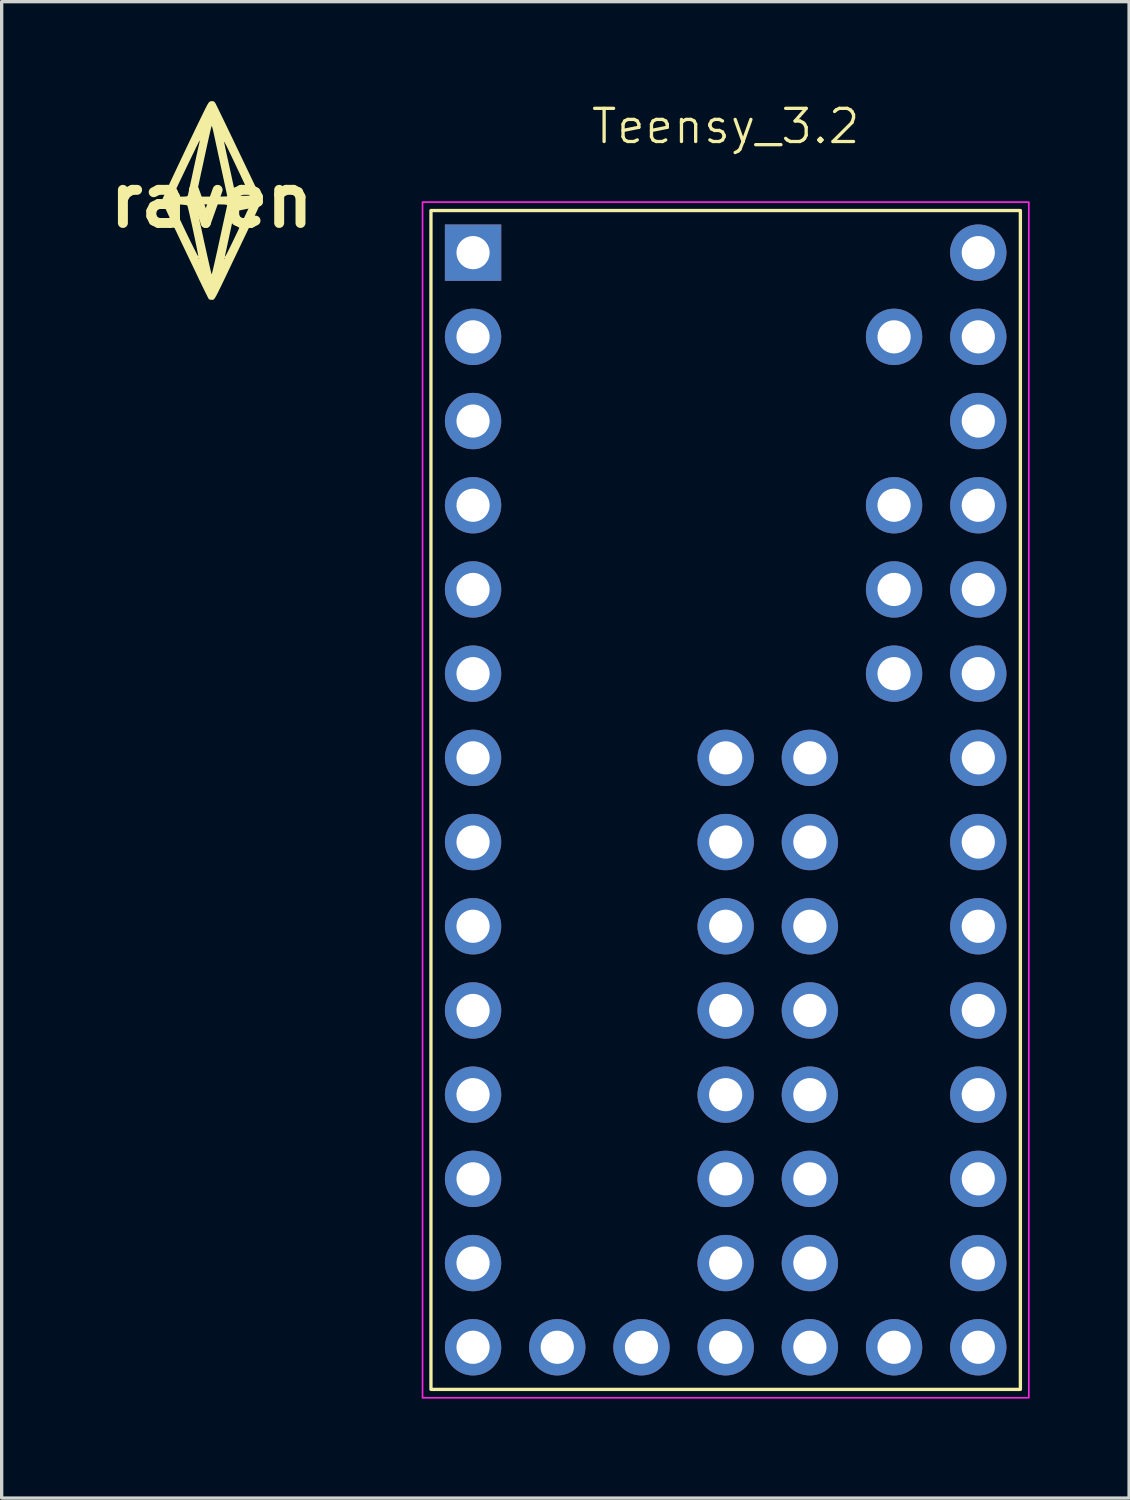
<source format=kicad_pcb>
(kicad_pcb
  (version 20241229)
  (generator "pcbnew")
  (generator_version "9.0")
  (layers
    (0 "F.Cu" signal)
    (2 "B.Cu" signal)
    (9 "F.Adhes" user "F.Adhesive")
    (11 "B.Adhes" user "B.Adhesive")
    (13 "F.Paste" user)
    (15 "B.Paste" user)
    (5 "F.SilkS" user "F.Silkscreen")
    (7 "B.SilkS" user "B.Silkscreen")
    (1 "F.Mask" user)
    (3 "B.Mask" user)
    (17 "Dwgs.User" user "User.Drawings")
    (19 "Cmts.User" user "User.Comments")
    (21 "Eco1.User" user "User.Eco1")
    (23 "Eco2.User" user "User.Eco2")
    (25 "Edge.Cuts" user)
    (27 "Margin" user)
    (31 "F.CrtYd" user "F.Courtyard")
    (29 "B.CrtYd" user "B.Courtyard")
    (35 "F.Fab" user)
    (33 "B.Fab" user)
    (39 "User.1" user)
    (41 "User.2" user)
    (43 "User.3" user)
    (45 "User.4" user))
  (footprint "Teensy_3.2"
    (layer "F.Cu")
    (at 18.84 4.571)
    (property "Reference" "Teensy_3.2" (at 0 -3.81 0) (unlocked yes) (layer "F.SilkS") (effects (font (size 1 1) (thickness 0.1))))
    (attr smd)
    (fp_rect (start -8.89 -1.27) (end 8.89 34.29) (stroke (width 0.1) (type default)) (fill no) (layer "F.SilkS"))
    (fp_rect (start -9.144 -1.524) (end 9.144 34.544) (stroke (width 0.05) (type default)) (fill no) (layer "F.CrtYd"))
    (pad "1" thru_hole rect (at -7.62 0) (size 1.7 1.7) (drill 1) (layers "*.Cu" "*.Mask"))
    (pad "2" thru_hole oval (at -7.62 2.54) (size 1.7 1.7) (drill 1) (layers "*.Cu" "*.Mask"))
    (pad "3" thru_hole oval (at -7.62 5.08) (size 1.7 1.7) (drill 1) (layers "*.Cu" "*.Mask"))
    (pad "4" thru_hole oval (at -7.62 7.62) (size 1.7 1.7) (drill 1) (layers "*.Cu" "*.Mask"))
    (pad "5" thru_hole oval (at -7.62 10.16) (size 1.7 1.7) (drill 1) (layers "*.Cu" "*.Mask"))
    (pad "6" thru_hole oval (at -7.62 12.7) (size 1.7 1.7) (drill 1) (layers "*.Cu" "*.Mask"))
    (pad "7" thru_hole oval (at -7.62 15.24) (size 1.7 1.7) (drill 1) (layers "*.Cu" "*.Mask"))
    (pad "8" thru_hole oval (at -7.62 17.78) (size 1.7 1.7) (drill 1) (layers "*.Cu" "*.Mask"))
    (pad "9" thru_hole oval (at -7.62 20.32) (size 1.7 1.7) (drill 1) (layers "*.Cu" "*.Mask"))
    (pad "10" thru_hole oval (at -7.62 22.86) (size 1.7 1.7) (drill 1) (layers "*.Cu" "*.Mask"))
    (pad "11" thru_hole oval (at -7.62 25.4) (size 1.7 1.7) (drill 1) (layers "*.Cu" "*.Mask"))
    (pad "12" thru_hole oval (at -7.62 27.94) (size 1.7 1.7) (drill 1) (layers "*.Cu" "*.Mask"))
    (pad "13" thru_hole oval (at -7.62 30.48) (size 1.7 1.7) (drill 1) (layers "*.Cu" "*.Mask"))
    (pad "14" thru_hole oval (at -7.62 33.02) (size 1.7 1.7) (drill 1) (layers "*.Cu" "*.Mask"))
    (pad "15" thru_hole oval (at -5.08 33.02) (size 1.7 1.7) (drill 1) (layers "*.Cu" "*.Mask"))
    (pad "16" thru_hole oval (at -2.54 33.02) (size 1.7 1.7) (drill 1) (layers "*.Cu" "*.Mask"))
    (pad "17" thru_hole oval (at 0 33.02) (size 1.7 1.7) (drill 1) (layers "*.Cu" "*.Mask"))
    (pad "18" thru_hole oval (at 2.54 33.02) (size 1.7 1.7) (drill 1) (layers "*.Cu" "*.Mask"))
    (pad "19" thru_hole oval (at 5.08 33.02) (size 1.7 1.7) (drill 1) (layers "*.Cu" "*.Mask"))
    (pad "20" thru_hole oval (at 7.62 33.02) (size 1.7 1.7) (drill 1) (layers "*.Cu" "*.Mask"))
    (pad "21" thru_hole oval (at 7.62 30.48) (size 1.7 1.7) (drill 1) (layers "*.Cu" "*.Mask"))
    (pad "22" thru_hole oval (at 7.62 27.94) (size 1.7 1.7) (drill 1) (layers "*.Cu" "*.Mask"))
    (pad "23" thru_hole oval (at 7.62 25.4) (size 1.7 1.7) (drill 1) (layers "*.Cu" "*.Mask"))
    (pad "24" thru_hole oval (at 7.62 22.86) (size 1.7 1.7) (drill 1) (layers "*.Cu" "*.Mask"))
    (pad "25" thru_hole oval (at 7.62 20.32) (size 1.7 1.7) (drill 1) (layers "*.Cu" "*.Mask"))
    (pad "26" thru_hole oval (at 7.62 17.78) (size 1.7 1.7) (drill 1) (layers "*.Cu" "*.Mask"))
    (pad "27" thru_hole oval (at 7.62 15.24) (size 1.7 1.7) (drill 1) (layers "*.Cu" "*.Mask"))
    (pad "28" thru_hole oval (at 7.62 12.7) (size 1.7 1.7) (drill 1) (layers "*.Cu" "*.Mask"))
    (pad "29" thru_hole oval (at 7.62 10.16) (size 1.7 1.7) (drill 1) (layers "*.Cu" "*.Mask"))
    (pad "30" thru_hole oval (at 7.62 7.62) (size 1.7 1.7) (drill 1) (layers "*.Cu" "*.Mask"))
    (pad "31" thru_hole oval (at 7.62 5.08) (size 1.7 1.7) (drill 1) (layers "*.Cu" "*.Mask"))
    (pad "32" thru_hole oval (at 7.62 2.54) (size 1.7 1.7) (drill 1) (layers "*.Cu" "*.Mask"))
    (pad "33" thru_hole circle (at 7.62 0) (size 1.7 1.7) (drill 1) (layers "*.Cu" "*.Mask"))
    (pad "34" thru_hole oval (at 5.08 2.54) (size 1.7 1.7) (drill 1) (layers "*.Cu" "*.Mask"))
    (pad "35" thru_hole oval (at 5.08 7.62) (size 1.7 1.7) (drill 1) (layers "*.Cu" "*.Mask"))
    (pad "36" thru_hole oval (at 5.08 10.16) (size 1.7 1.7) (drill 1) (layers "*.Cu" "*.Mask"))
    (pad "37" thru_hole oval (at 5.08 12.7) (size 1.7 1.7) (drill 1) (layers "*.Cu" "*.Mask"))
    (pad "41" thru_hole oval (at 2.54 15.24) (size 1.7 1.7) (drill 1) (layers "*.Cu" "*.Mask"))
    (pad "42" thru_hole oval (at 2.54 17.78) (size 1.7 1.7) (drill 1) (layers "*.Cu" "*.Mask"))
    (pad "43" thru_hole oval (at 2.54 20.32) (size 1.7 1.7) (drill 1) (layers "*.Cu" "*.Mask"))
    (pad "44" thru_hole oval (at 2.54 22.86) (size 1.7 1.7) (drill 1) (layers "*.Cu" "*.Mask"))
    (pad "45" thru_hole oval (at 2.54 25.4) (size 1.7 1.7) (drill 1) (layers "*.Cu" "*.Mask"))
    (pad "46" thru_hole oval (at 2.54 27.94) (size 1.7 1.7) (drill 1) (layers "*.Cu" "*.Mask"))
    (pad "47" thru_hole oval (at 2.54 30.48) (size 1.7 1.7) (drill 1) (layers "*.Cu" "*.Mask"))
    (pad "48" thru_hole oval (at 0 30.48) (size 1.7 1.7) (drill 1) (layers "*.Cu" "*.Mask"))
    (pad "49" thru_hole oval (at 0 27.94) (size 1.7 1.7) (drill 1) (layers "*.Cu" "*.Mask"))
    (pad "50" thru_hole oval (at 0 25.4) (size 1.7 1.7) (drill 1) (layers "*.Cu" "*.Mask"))
    (pad "51" thru_hole oval (at 0 22.86) (size 1.7 1.7) (drill 1) (layers "*.Cu" "*.Mask"))
    (pad "52" thru_hole oval (at 0 20.32) (size 1.7 1.7) (drill 1) (layers "*.Cu" "*.Mask"))
    (pad "53" thru_hole oval (at 0 17.78) (size 1.7 1.7) (drill 1) (layers "*.Cu" "*.Mask"))
    (pad "54" thru_hole oval (at 0 15.24) (size 1.7 1.7) (drill 1) (layers "*.Cu" "*.Mask")))
  (footprint "raven"
    (layer "F.Cu")
    (at 3.336 2.998)
    (property "Reference" "raven" (at 0 0 0) (layer "F.SilkS") (effects (font (size 1.5 1.5) (thickness 0.3))))
    (attr board_only exclude_from_pos_files exclude_from_bom)
    (fp_poly (pts (xy 0.056 -2.993) (xy 0.097 -2.958) (xy 0.102 -2.951) (xy 0.119 -2.919) (xy 0.154 -2.85) (xy 0.204 -2.747) (xy 0.269 -2.614) (xy 0.346 -2.455) (xy 0.433 -2.275) (xy 0.528 -2.077) (xy 0.629 -1.867) (xy 0.664 -1.794) (xy 0.771 -1.569) (xy 0.878 -1.346) (xy 0.98 -1.131) (xy 1.077 -0.929) (xy 1.164 -0.747) (xy 1.239 -0.589) (xy 1.3 -0.462) (xy 1.344 -0.371) (xy 1.347 -0.364) (xy 1.416 -0.213) (xy 1.463 -0.101) (xy 1.488 -0.023) (xy 1.492 0.023) (xy 1.492 0.023) (xy 1.479 0.061) (xy 1.448 0.134) (xy 1.403 0.235) (xy 1.347 0.357) (xy 1.283 0.492) (xy 1.26 0.539) (xy 1.197 0.671) (xy 1.118 0.835) (xy 1.027 1.025) (xy 0.928 1.232) (xy 0.826 1.446) (xy 0.724 1.659) (xy 0.648 1.818) (xy 0.528 2.07) (xy 0.426 2.284) (xy 0.341 2.461) (xy 0.271 2.607) (xy 0.214 2.723) (xy 0.169 2.813) (xy 0.133 2.881) (xy 0.105 2.929) (xy 0.083 2.962) (xy 0.066 2.981) (xy 0.051 2.991) (xy 0.037 2.995) (xy 0.022 2.997) (xy 0.01 2.997) (xy -0.049 2.993) (xy -0.087 2.974) (xy -0.104 2.945) (xy -0.137 2.88) (xy -0.185 2.784) (xy -0.244 2.664) (xy -0.311 2.525) (xy -0.381 2.381) (xy -0.453 2.228) (xy -0.542 2.042) (xy -0.643 1.832) (xy -0.683 1.747) (xy -0.399 1.747) (xy -0.387 1.759) (xy -0.375 1.747) (xy -0.387 1.736) (xy -0.399 1.747) (xy -0.683 1.747) (xy -0.751 1.606) (xy -0.862 1.373) (xy -0.972 1.143) (xy -1.075 0.926) (xy -1.166 0.735) (xy -1.25 0.556) (xy -1.326 0.394) (xy -1.391 0.254) (xy -1.44 0.145) (xy -1.138 0.145) (xy -1.131 0.173) (xy -1.105 0.238) (xy -1.064 0.336) (xy -1.008 0.46) (xy -0.941 0.607) (xy -0.863 0.772) (xy -0.78 0.945) (xy -0.696 1.119) (xy -0.618 1.278) (xy -0.549 1.417) (xy -0.491 1.531) (xy -0.446 1.617) (xy -0.416 1.669) (xy -0.405 1.683) (xy -0.405 1.683) (xy -0.408 1.654) (xy -0.421 1.584) (xy -0.441 1.48) (xy -0.468 1.347) (xy -0.5 1.191) (xy -0.537 1.018) (xy -0.56 0.908) (xy -0.599 0.727) (xy -0.636 0.562) (xy -0.669 0.416) (xy -0.697 0.297) (xy -0.718 0.209) (xy -0.732 0.158) (xy -0.733 0.155) (xy -0.465 0.155) (xy -0.464 0.158) (xy -0.457 0.189) (xy -0.442 0.261) (xy -0.418 0.369) (xy -0.387 0.508) (xy -0.351 0.674) (xy -0.31 0.861) (xy -0.266 1.065) (xy -0.234 1.214) (xy -0.187 1.424) (xy -0.144 1.62) (xy -0.104 1.797) (xy -0.07 1.949) (xy -0.041 2.073) (xy -0.019 2.164) (xy -0.005 2.216) (xy -0.000206 2.228) (xy 0.007 2.206) (xy 0.023 2.142) (xy 0.047 2.042) (xy 0.078 1.91) (xy 0.114 1.751) (xy 0.115 1.747) (xy 0.375 1.747) (xy 0.387 1.759) (xy 0.399 1.747) (xy 0.387 1.736) (xy 0.375 1.747) (xy 0.115 1.747) (xy 0.128 1.687) (xy 0.399 1.687) (xy 0.402 1.692) (xy 0.414 1.678) (xy 0.436 1.641) (xy 0.469 1.578) (xy 0.515 1.487) (xy 0.575 1.364) (xy 0.652 1.205) (xy 0.746 1.009) (xy 0.794 0.908) (xy 0.876 0.735) (xy 0.952 0.575) (xy 1.019 0.434) (xy 1.074 0.316) (xy 1.116 0.227) (xy 1.142 0.17) (xy 1.149 0.152) (xy 1.128 0.147) (xy 1.069 0.143) (xy 0.985 0.141) (xy 0.938 0.141) (xy 0.845 0.142) (xy 0.773 0.144) (xy 0.732 0.147) (xy 0.727 0.149) (xy 0.722 0.175) (xy 0.709 0.241) (xy 0.687 0.341) (xy 0.66 0.471) (xy 0.627 0.624) (xy 0.59 0.796) (xy 0.55 0.979) (xy 0.509 1.17) (xy 0.493 1.242) (xy 0.464 1.379) (xy 0.438 1.498) (xy 0.417 1.594) (xy 0.404 1.66) (xy 0.399 1.687) (xy 0.399 1.687) (xy 0.128 1.687) (xy 0.155 1.569) (xy 0.199 1.368) (xy 0.233 1.214) (xy 0.279 1.001) (xy 0.322 0.802) (xy 0.362 0.621) (xy 0.396 0.463) (xy 0.425 0.333) (xy 0.447 0.235) (xy 0.46 0.175) (xy 0.464 0.158) (xy 0.464 0.144) (xy 0.454 0.134) (xy 0.428 0.127) (xy 0.378 0.122) (xy 0.301 0.119) (xy 0.19 0.118) (xy 0.038 0.117) (xy 0 0.117) (xy -0.161 0.118) (xy -0.28 0.119) (xy -0.364 0.121) (xy -0.419 0.125) (xy -0.45 0.132) (xy -0.464 0.142) (xy -0.465 0.155) (xy -0.733 0.155) (xy -0.736 0.148) (xy -0.765 0.14) (xy -0.828 0.131) (xy -0.914 0.124) (xy -0.938 0.122) (xy -1.036 0.118) (xy -1.097 0.121) (xy -1.128 0.132) (xy -1.138 0.145) (xy -1.44 0.145) (xy -1.442 0.139) (xy -1.479 0.056) (xy -1.498 0.007) (xy -1.501 -0.002) (xy -1.491 -0.029) (xy -1.463 -0.093) (xy -1.448 -0.127) (xy -1.173 -0.127) (xy -1.151 -0.123) (xy -1.092 -0.119) (xy -1.007 -0.118) (xy -0.95 -0.117) (xy -0.474 -0.117) (xy -0.003 -0.117) (xy 0.14 -0.118) (xy 0.266 -0.119) (xy 0.367 -0.121) (xy 0.437 -0.124) (xy 0.468 -0.127) (xy 0.469 -0.128) (xy 0.464 -0.152) (xy 0.451 -0.217) (xy 0.429 -0.318) (xy 0.401 -0.448) (xy 0.368 -0.604) (xy 0.33 -0.779) (xy 0.292 -0.954) (xy 0.249 -1.156) (xy 0.206 -1.353) (xy 0.166 -1.54) (xy 0.129 -1.708) (xy 0.117 -1.767) (xy 0.376 -1.767) (xy 0.38 -1.736) (xy 0.394 -1.667) (xy 0.414 -1.57) (xy 0.439 -1.453) (xy 0.455 -1.38) (xy 0.49 -1.223) (xy 0.53 -1.04) (xy 0.572 -0.851) (xy 0.61 -0.674) (xy 0.621 -0.622) (xy 0.65 -0.488) (xy 0.676 -0.369) (xy 0.697 -0.272) (xy 0.712 -0.206) (xy 0.719 -0.182) (xy 0.73 -0.162) (xy 0.758 -0.15) (xy 0.812 -0.143) (xy 0.899 -0.141) (xy 0.94 -0.141) (xy 1.032 -0.142) (xy 1.104 -0.146) (xy 1.144 -0.152) (xy 1.149 -0.156) (xy 1.14 -0.18) (xy 1.112 -0.241) (xy 1.07 -0.333) (xy 1.015 -0.451) (xy 0.95 -0.589) (xy 0.878 -0.742) (xy 0.87 -0.76) (xy 0.756 -0.998) (xy 0.662 -1.198) (xy 0.584 -1.361) (xy 0.521 -1.492) (xy 0.472 -1.593) (xy 0.435 -1.668) (xy 0.408 -1.72) (xy 0.391 -1.752) (xy 0.381 -1.768) (xy 0.376 -1.77) (xy 0.376 -1.767) (xy 0.117 -1.767) (xy 0.099 -1.85) (xy 0.075 -1.959) (xy 0.064 -2.011) (xy 0.042 -2.11) (xy 0.022 -2.189) (xy 0.006 -2.239) (xy -0.000373 -2.252) (xy -0.008 -2.229) (xy -0.024 -2.166) (xy -0.048 -2.066) (xy -0.078 -1.934) (xy -0.114 -1.774) (xy -0.154 -1.592) (xy -0.198 -1.391) (xy -0.231 -1.237) (xy -0.277 -1.024) (xy -0.321 -0.824) (xy -0.36 -0.641) (xy -0.394 -0.482) (xy -0.423 -0.35) (xy -0.444 -0.25) (xy -0.458 -0.188) (xy -0.462 -0.17) (xy -0.474 -0.117) (xy -0.95 -0.117) (xy -0.847 -0.118) (xy -0.781 -0.121) (xy -0.743 -0.129) (xy -0.725 -0.144) (xy -0.716 -0.168) (xy -0.716 -0.17) (xy -0.708 -0.205) (xy -0.692 -0.28) (xy -0.668 -0.389) (xy -0.638 -0.527) (xy -0.603 -0.687) (xy -0.565 -0.864) (xy -0.539 -0.985) (xy -0.499 -1.169) (xy -0.462 -1.339) (xy -0.429 -1.489) (xy -0.401 -1.614) (xy -0.379 -1.709) (xy -0.366 -1.767) (xy -0.361 -1.782) (xy -0.359 -1.803) (xy -0.371 -1.794) (xy -0.385 -1.77) (xy -0.416 -1.709) (xy -0.462 -1.617) (xy -0.519 -1.499) (xy -0.586 -1.362) (xy -0.659 -1.21) (xy -0.737 -1.05) (xy -0.815 -0.887) (xy -0.892 -0.726) (xy -0.965 -0.574) (xy -1.031 -0.435) (xy -1.087 -0.315) (xy -1.131 -0.22) (xy -1.161 -0.156) (xy -1.173 -0.127) (xy -1.173 -0.127) (xy -1.448 -0.127) (xy -1.419 -0.191) (xy -1.36 -0.319) (xy -1.289 -0.471) (xy -1.208 -0.645) (xy -1.118 -0.836) (xy -1.022 -1.039) (xy -0.922 -1.251) (xy -0.82 -1.467) (xy -0.718 -1.682) (xy -0.617 -1.893) (xy -0.52 -2.095) (xy -0.429 -2.285) (xy -0.345 -2.457) (xy -0.272 -2.608) (xy -0.21 -2.733) (xy -0.205 -2.744) (xy -0.151 -2.85) (xy -0.112 -2.92) (xy -0.082 -2.963) (xy -0.054 -2.986) (xy -0.024 -2.995) (xy -0.007 -2.998)) (stroke (width 0) (type solid)) (fill yes) (layer "F.SilkS")))
  (gr_rect
    (start -3 -3)
    (end 31.009 42.139)
    (stroke (width 0.1) (type default))
    (fill no)
    (layer "Edge.Cuts")))
</source>
